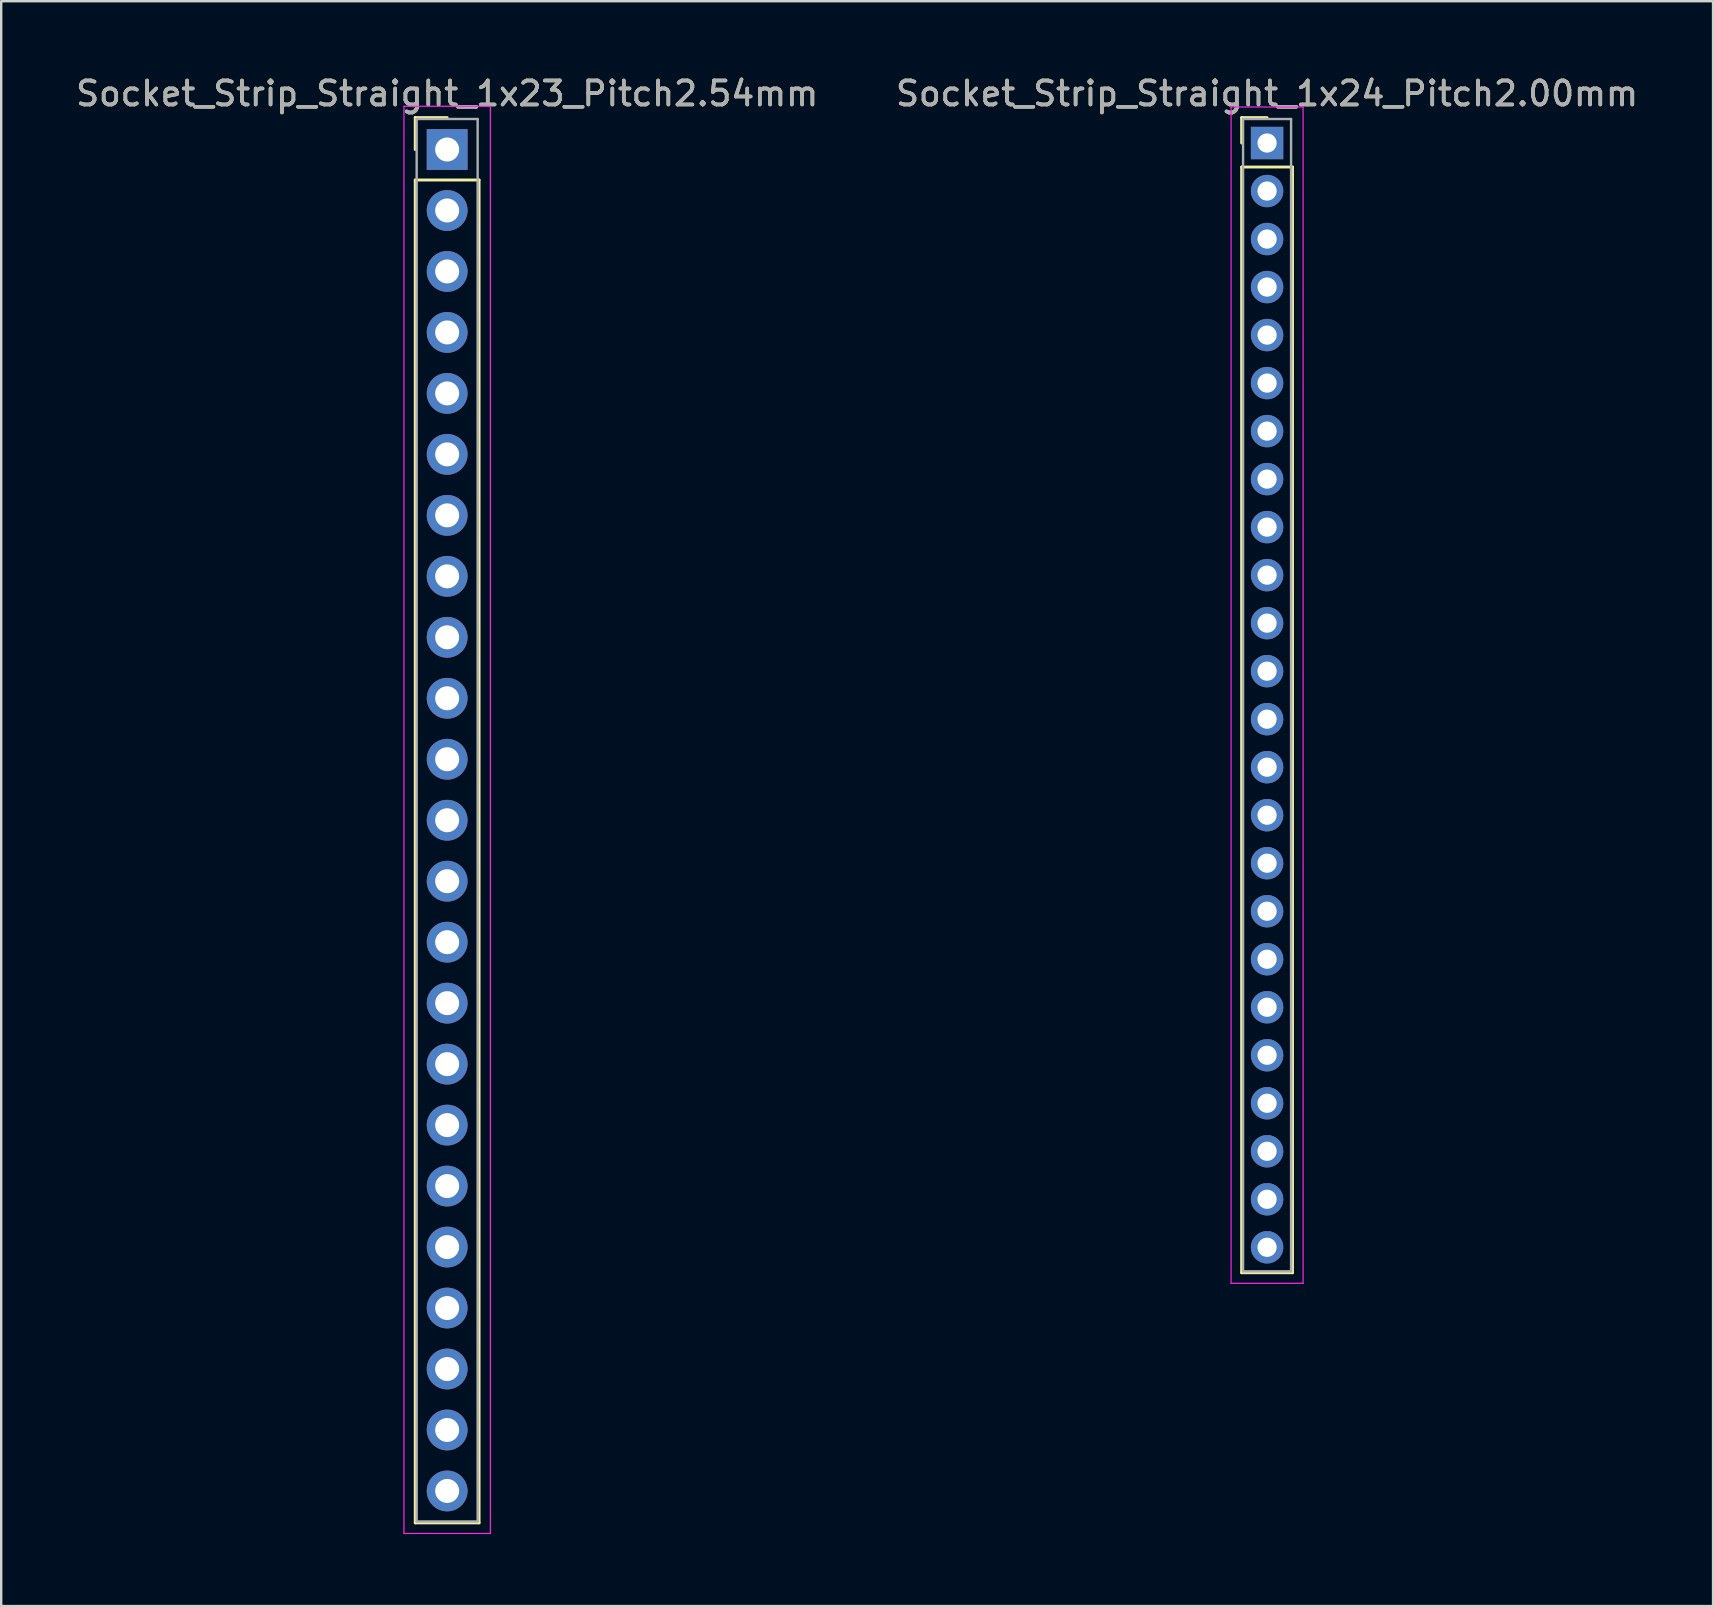
<source format=kicad_pcb>
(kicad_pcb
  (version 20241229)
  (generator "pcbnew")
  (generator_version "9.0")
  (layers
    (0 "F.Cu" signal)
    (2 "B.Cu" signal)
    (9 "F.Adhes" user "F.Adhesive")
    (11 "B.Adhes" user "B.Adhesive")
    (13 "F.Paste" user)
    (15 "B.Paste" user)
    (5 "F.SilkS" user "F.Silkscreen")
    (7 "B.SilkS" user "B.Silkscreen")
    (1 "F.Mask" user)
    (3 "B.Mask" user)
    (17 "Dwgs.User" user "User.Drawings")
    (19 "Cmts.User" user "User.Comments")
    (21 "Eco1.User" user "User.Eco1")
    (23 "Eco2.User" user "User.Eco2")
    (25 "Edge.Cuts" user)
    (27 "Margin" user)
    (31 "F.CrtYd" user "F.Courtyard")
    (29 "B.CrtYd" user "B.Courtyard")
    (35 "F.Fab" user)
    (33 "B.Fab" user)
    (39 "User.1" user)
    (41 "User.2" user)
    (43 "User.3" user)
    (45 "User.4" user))
  (footprint "Socket_Strip_Straight_1x24_Pitch2.00mm"
    (layer "F.Cu")
    (at 49.732 2.908)
    (property "Reference" "Socket_Strip_Straight_1x24_Pitch2.00mm" (at 0 -2.06 0) (layer "F.SilkS") (effects (font (size 1 1) (thickness 0.15))))
    (attr through_hole)
    (fp_line (start -1.06 -1.06) (end 0 -1.06) (stroke (width 0.12) (type solid)) (layer "F.SilkS"))
    (fp_line (start -1.06 0) (end -1.06 -1.06) (stroke (width 0.12) (type solid)) (layer "F.SilkS"))
    (fp_line (start -1.06 1) (end -1.06 47.06) (stroke (width 0.12) (type solid)) (layer "F.SilkS"))
    (fp_line (start -1.06 47.06) (end 1.06 47.06) (stroke (width 0.12) (type solid)) (layer "F.SilkS"))
    (fp_line (start 1.06 1) (end -1.06 1) (stroke (width 0.12) (type solid)) (layer "F.SilkS"))
    (fp_line (start 1.06 47.06) (end 1.06 1) (stroke (width 0.12) (type solid)) (layer "F.SilkS"))
    (fp_line (start -1.5 -1.5) (end -1.5 47.5) (stroke (width 0.05) (type solid)) (layer "F.CrtYd"))
    (fp_line (start -1.5 47.5) (end 1.5 47.5) (stroke (width 0.05) (type solid)) (layer "F.CrtYd"))
    (fp_line (start 1.5 -1.5) (end -1.5 -1.5) (stroke (width 0.05) (type solid)) (layer "F.CrtYd"))
    (fp_line (start 1.5 47.5) (end 1.5 -1.5) (stroke (width 0.05) (type solid)) (layer "F.CrtYd"))
    (fp_line (start -1 -1) (end -1 47) (stroke (width 0.1) (type solid)) (layer "F.Fab"))
    (fp_line (start -1 47) (end 1 47) (stroke (width 0.1) (type solid)) (layer "F.Fab"))
    (fp_line (start 1 -1) (end -1 -1) (stroke (width 0.1) (type solid)) (layer "F.Fab"))
    (fp_line (start 1 47) (end 1 -1) (stroke (width 0.1) (type solid)) (layer "F.Fab"))
    (fp_text user "${REFERENCE}" (at 0 -2.06 0) (layer "F.Fab") (effects (font (size 1 1) (thickness 0.15))))
    (pad "1" thru_hole rect (at 0 0) (size 1.35 1.35) (drill 0.8) (layers "*.Cu" "*.Mask"))
    (pad "2" thru_hole oval (at 0 2) (size 1.35 1.35) (drill 0.8) (layers "*.Cu" "*.Mask"))
    (pad "3" thru_hole oval (at 0 4) (size 1.35 1.35) (drill 0.8) (layers "*.Cu" "*.Mask"))
    (pad "4" thru_hole oval (at 0 6) (size 1.35 1.35) (drill 0.8) (layers "*.Cu" "*.Mask"))
    (pad "5" thru_hole oval (at 0 8) (size 1.35 1.35) (drill 0.8) (layers "*.Cu" "*.Mask"))
    (pad "6" thru_hole oval (at 0 10) (size 1.35 1.35) (drill 0.8) (layers "*.Cu" "*.Mask"))
    (pad "7" thru_hole oval (at 0 12) (size 1.35 1.35) (drill 0.8) (layers "*.Cu" "*.Mask"))
    (pad "8" thru_hole oval (at 0 14) (size 1.35 1.35) (drill 0.8) (layers "*.Cu" "*.Mask"))
    (pad "9" thru_hole oval (at 0 16) (size 1.35 1.35) (drill 0.8) (layers "*.Cu" "*.Mask"))
    (pad "10" thru_hole oval (at 0 18) (size 1.35 1.35) (drill 0.8) (layers "*.Cu" "*.Mask"))
    (pad "11" thru_hole oval (at 0 20) (size 1.35 1.35) (drill 0.8) (layers "*.Cu" "*.Mask"))
    (pad "12" thru_hole oval (at 0 22) (size 1.35 1.35) (drill 0.8) (layers "*.Cu" "*.Mask"))
    (pad "13" thru_hole oval (at 0 24) (size 1.35 1.35) (drill 0.8) (layers "*.Cu" "*.Mask"))
    (pad "14" thru_hole oval (at 0 26) (size 1.35 1.35) (drill 0.8) (layers "*.Cu" "*.Mask"))
    (pad "15" thru_hole oval (at 0 28) (size 1.35 1.35) (drill 0.8) (layers "*.Cu" "*.Mask"))
    (pad "16" thru_hole oval (at 0 30) (size 1.35 1.35) (drill 0.8) (layers "*.Cu" "*.Mask"))
    (pad "17" thru_hole oval (at 0 32) (size 1.35 1.35) (drill 0.8) (layers "*.Cu" "*.Mask"))
    (pad "18" thru_hole oval (at 0 34) (size 1.35 1.35) (drill 0.8) (layers "*.Cu" "*.Mask"))
    (pad "19" thru_hole oval (at 0 36) (size 1.35 1.35) (drill 0.8) (layers "*.Cu" "*.Mask"))
    (pad "20" thru_hole oval (at 0 38) (size 1.35 1.35) (drill 0.8) (layers "*.Cu" "*.Mask"))
    (pad "21" thru_hole oval (at 0 40) (size 1.35 1.35) (drill 0.8) (layers "*.Cu" "*.Mask"))
    (pad "22" thru_hole oval (at 0 42) (size 1.35 1.35) (drill 0.8) (layers "*.Cu" "*.Mask"))
    (pad "23" thru_hole oval (at 0 44) (size 1.35 1.35) (drill 0.8) (layers "*.Cu" "*.Mask"))
    (pad "24" thru_hole oval (at 0 46) (size 1.35 1.35) (drill 0.8) (layers "*.Cu" "*.Mask")))
  (footprint "Socket_Strip_Straight_1x23_Pitch2.54mm"
    (layer "F.Cu")
    (at 15.577 3.178)
    (property "Reference" "Socket_Strip_Straight_1x23_Pitch2.54mm" (at 0 -2.33 0) (layer "F.SilkS") (effects (font (size 1 1) (thickness 0.15))))
    (attr through_hole)
    (fp_line (start -1.33 -1.33) (end 0 -1.33) (stroke (width 0.12) (type solid)) (layer "F.SilkS"))
    (fp_line (start -1.33 0) (end -1.33 -1.33) (stroke (width 0.12) (type solid)) (layer "F.SilkS"))
    (fp_line (start -1.33 1.27) (end -1.33 57.21) (stroke (width 0.12) (type solid)) (layer "F.SilkS"))
    (fp_line (start -1.33 57.21) (end 1.33 57.21) (stroke (width 0.12) (type solid)) (layer "F.SilkS"))
    (fp_line (start 1.33 1.27) (end -1.33 1.27) (stroke (width 0.12) (type solid)) (layer "F.SilkS"))
    (fp_line (start 1.33 57.21) (end 1.33 1.27) (stroke (width 0.12) (type solid)) (layer "F.SilkS"))
    (fp_line (start -1.8 -1.8) (end -1.8 57.65) (stroke (width 0.05) (type solid)) (layer "F.CrtYd"))
    (fp_line (start -1.8 57.65) (end 1.8 57.65) (stroke (width 0.05) (type solid)) (layer "F.CrtYd"))
    (fp_line (start 1.8 -1.8) (end -1.8 -1.8) (stroke (width 0.05) (type solid)) (layer "F.CrtYd"))
    (fp_line (start 1.8 57.65) (end 1.8 -1.8) (stroke (width 0.05) (type solid)) (layer "F.CrtYd"))
    (fp_line (start -1.27 -1.27) (end -1.27 57.15) (stroke (width 0.1) (type solid)) (layer "F.Fab"))
    (fp_line (start -1.27 57.15) (end 1.27 57.15) (stroke (width 0.1) (type solid)) (layer "F.Fab"))
    (fp_line (start 1.27 -1.27) (end -1.27 -1.27) (stroke (width 0.1) (type solid)) (layer "F.Fab"))
    (fp_line (start 1.27 57.15) (end 1.27 -1.27) (stroke (width 0.1) (type solid)) (layer "F.Fab"))
    (fp_text user "${REFERENCE}" (at 0 -2.33 0) (layer "F.Fab") (effects (font (size 1 1) (thickness 0.15))))
    (pad "1" thru_hole rect (at 0 0) (size 1.7 1.7) (drill 1) (layers "*.Cu" "*.Mask"))
    (pad "2" thru_hole oval (at 0 2.54) (size 1.7 1.7) (drill 1) (layers "*.Cu" "*.Mask"))
    (pad "3" thru_hole oval (at 0 5.08) (size 1.7 1.7) (drill 1) (layers "*.Cu" "*.Mask"))
    (pad "4" thru_hole oval (at 0 7.62) (size 1.7 1.7) (drill 1) (layers "*.Cu" "*.Mask"))
    (pad "5" thru_hole oval (at 0 10.16) (size 1.7 1.7) (drill 1) (layers "*.Cu" "*.Mask"))
    (pad "6" thru_hole oval (at 0 12.7) (size 1.7 1.7) (drill 1) (layers "*.Cu" "*.Mask"))
    (pad "7" thru_hole oval (at 0 15.24) (size 1.7 1.7) (drill 1) (layers "*.Cu" "*.Mask"))
    (pad "8" thru_hole oval (at 0 17.78) (size 1.7 1.7) (drill 1) (layers "*.Cu" "*.Mask"))
    (pad "9" thru_hole oval (at 0 20.32) (size 1.7 1.7) (drill 1) (layers "*.Cu" "*.Mask"))
    (pad "10" thru_hole oval (at 0 22.86) (size 1.7 1.7) (drill 1) (layers "*.Cu" "*.Mask"))
    (pad "11" thru_hole oval (at 0 25.4) (size 1.7 1.7) (drill 1) (layers "*.Cu" "*.Mask"))
    (pad "12" thru_hole oval (at 0 27.94) (size 1.7 1.7) (drill 1) (layers "*.Cu" "*.Mask"))
    (pad "13" thru_hole oval (at 0 30.48) (size 1.7 1.7) (drill 1) (layers "*.Cu" "*.Mask"))
    (pad "14" thru_hole oval (at 0 33.02) (size 1.7 1.7) (drill 1) (layers "*.Cu" "*.Mask"))
    (pad "15" thru_hole oval (at 0 35.56) (size 1.7 1.7) (drill 1) (layers "*.Cu" "*.Mask"))
    (pad "16" thru_hole oval (at 0 38.1) (size 1.7 1.7) (drill 1) (layers "*.Cu" "*.Mask"))
    (pad "17" thru_hole oval (at 0 40.64) (size 1.7 1.7) (drill 1) (layers "*.Cu" "*.Mask"))
    (pad "18" thru_hole oval (at 0 43.18) (size 1.7 1.7) (drill 1) (layers "*.Cu" "*.Mask"))
    (pad "19" thru_hole oval (at 0 45.72) (size 1.7 1.7) (drill 1) (layers "*.Cu" "*.Mask"))
    (pad "20" thru_hole oval (at 0 48.26) (size 1.7 1.7) (drill 1) (layers "*.Cu" "*.Mask"))
    (pad "21" thru_hole oval (at 0 50.8) (size 1.7 1.7) (drill 1) (layers "*.Cu" "*.Mask"))
    (pad "22" thru_hole oval (at 0 53.34) (size 1.7 1.7) (drill 1) (layers "*.Cu" "*.Mask"))
    (pad "23" thru_hole oval (at 0 55.88) (size 1.7 1.7) (drill 1) (layers "*.Cu" "*.Mask")))
  (gr_rect
    (start -3 -3)
    (end 68.31 63.853)
    (stroke (width 0.1) (type default))
    (fill no)
    (layer "Edge.Cuts")))
</source>
